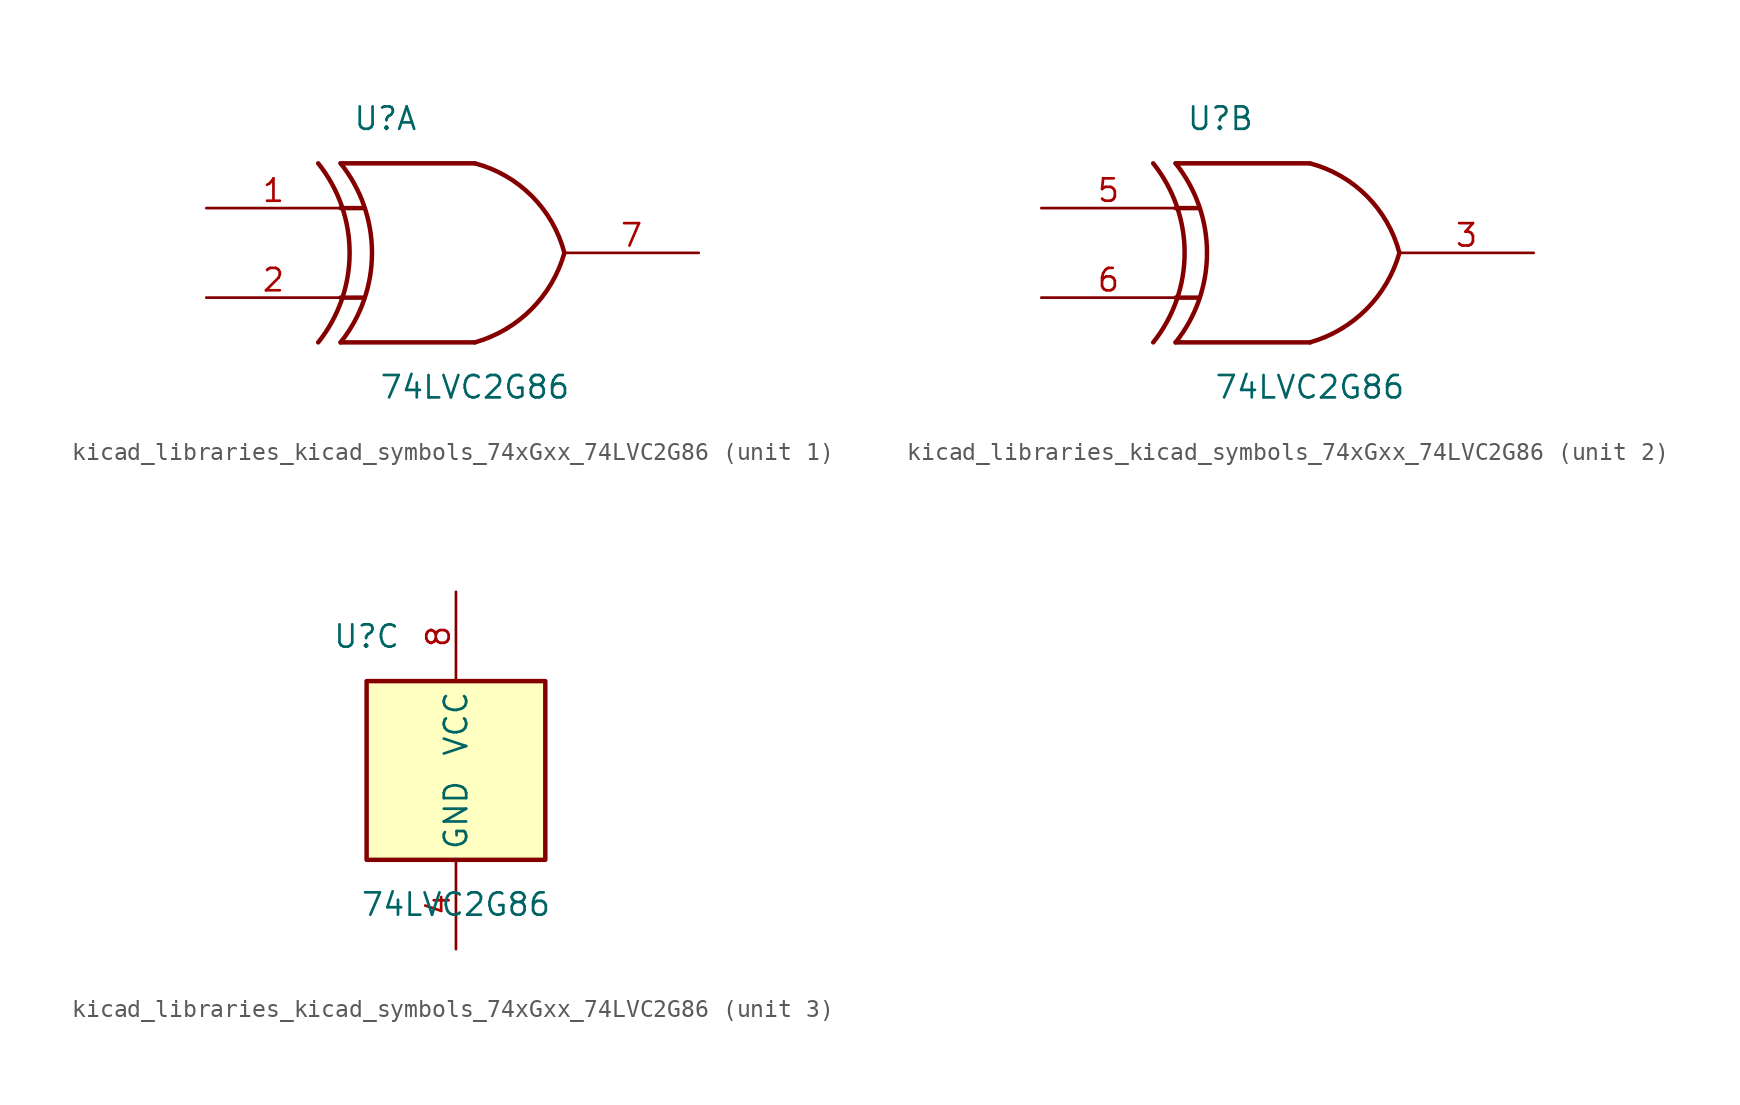
<source format=kicad_sym>
(kicad_symbol_lib
  (version 20220914)
  (generator kicad_symbol_editor)
  (symbol "kicad_libraries_kicad_symbols_74xGxx_74LVC2G86"
    (property "Reference" "U"
      (at -5.08 7.62 0)
      (effects (font (size 1.27 1.27))))
    (property "Value" "74LVC2G86"
      (at 0 -7.62 0)
      (effects (font (size 1.27 1.27))))
    (symbol "kicad_libraries_kicad_symbols_74xGxx_74LVC2G86_1_1"
      (arc (start -8.89 -5.08) (mid -7.108 0) (end -8.89 5.08) (stroke (width 0.254) (type default)) (fill (type none)))
      (arc (start -7.62 -5.08) (mid -5.838 0) (end -7.62 5.08) (stroke (width 0.254) (type default)) (fill (type none)))
      (arc (start 0 -5.08) (mid 3.1986 -3.2054) (end 5.08 0) (stroke (width 0.254) (type default)) (fill (type none)))
      (polyline (pts (xy -7.62 -2.54) (xy -6.35 -2.54)) (stroke (width 0.254) (type default)) (fill (type background)))
      (polyline (pts (xy -7.62 2.54) (xy -6.35 2.54)) (stroke (width 0.254) (type default)) (fill (type background)))
      (polyline (pts (xy 0 -5.08) (xy -7.62 -5.08)) (stroke (width 0.254) (type default)) (fill (type background)))
      (polyline (pts (xy 0 5.08) (xy -7.62 5.08)) (stroke (width 0.254) (type default)) (fill (type background)))
      (arc (start 5.08 0) (mid 3.2238 3.2304) (end 0 5.08) (stroke (width 0.254) (type default)) (fill (type none)))
      (pin input line (at -15.24 2.54 0) (length 7.62) (name "~" (effects (font (size 1.27 1.27)))) (number "1" (effects (font (size 1.27 1.27)))))
      (pin input line (at -15.24 -2.54 0) (length 7.62) (name "~" (effects (font (size 1.27 1.27)))) (number "2" (effects (font (size 1.27 1.27)))))
      (pin output line (at 12.7 0 180) (length 7.62) (name "~" (effects (font (size 1.27 1.27)))) (number "7" (effects (font (size 1.27 1.27))))))
    (symbol "kicad_libraries_kicad_symbols_74xGxx_74LVC2G86_2_1"
      (arc (start -8.89 -5.08) (mid -7.108 0) (end -8.89 5.08) (stroke (width 0.254) (type default)) (fill (type none)))
      (arc (start -7.62 -5.08) (mid -5.838 0) (end -7.62 5.08) (stroke (width 0.254) (type default)) (fill (type none)))
      (arc (start 0 -5.08) (mid 3.1986 -3.2054) (end 5.08 0) (stroke (width 0.254) (type default)) (fill (type none)))
      (polyline (pts (xy -7.62 -2.54) (xy -6.35 -2.54)) (stroke (width 0.254) (type default)) (fill (type background)))
      (polyline (pts (xy -7.62 2.54) (xy -6.35 2.54)) (stroke (width 0.254) (type default)) (fill (type background)))
      (polyline (pts (xy 0 -5.08) (xy -7.62 -5.08)) (stroke (width 0.254) (type default)) (fill (type background)))
      (polyline (pts (xy 0 5.08) (xy -7.62 5.08)) (stroke (width 0.254) (type default)) (fill (type background)))
      (arc (start 5.08 0) (mid 3.2238 3.2304) (end 0 5.08) (stroke (width 0.254) (type default)) (fill (type none)))
      (pin output line (at 12.7 0 180) (length 7.62) (name "~" (effects (font (size 1.27 1.27)))) (number "3" (effects (font (size 1.27 1.27)))))
      (pin input line (at -15.24 2.54 0) (length 7.62) (name "~" (effects (font (size 1.27 1.27)))) (number "5" (effects (font (size 1.27 1.27)))))
      (pin input line (at -15.24 -2.54 0) (length 7.62) (name "~" (effects (font (size 1.27 1.27)))) (number "6" (effects (font (size 1.27 1.27))))))
    (symbol "kicad_libraries_kicad_symbols_74xGxx_74LVC2G86_3_0"
      (rectangle (start -5.08 -5.08) (end 5.08 5.08) (stroke (width 0.254) (type default)) (fill (type background))))
    (symbol "kicad_libraries_kicad_symbols_74xGxx_74LVC2G86_3_1"
      (pin power_in line (at 0 -10.16 90) (length 5.08) (name "GND" (effects (font (size 1.27 1.27)))) (number "4" (effects (font (size 1.27 1.27)))))
      (pin power_in line (at 0 10.16 270) (length 5.08) (name "VCC" (effects (font (size 1.27 1.27)))) (number "8" (effects (font (size 1.27 1.27))))))))
</source>
